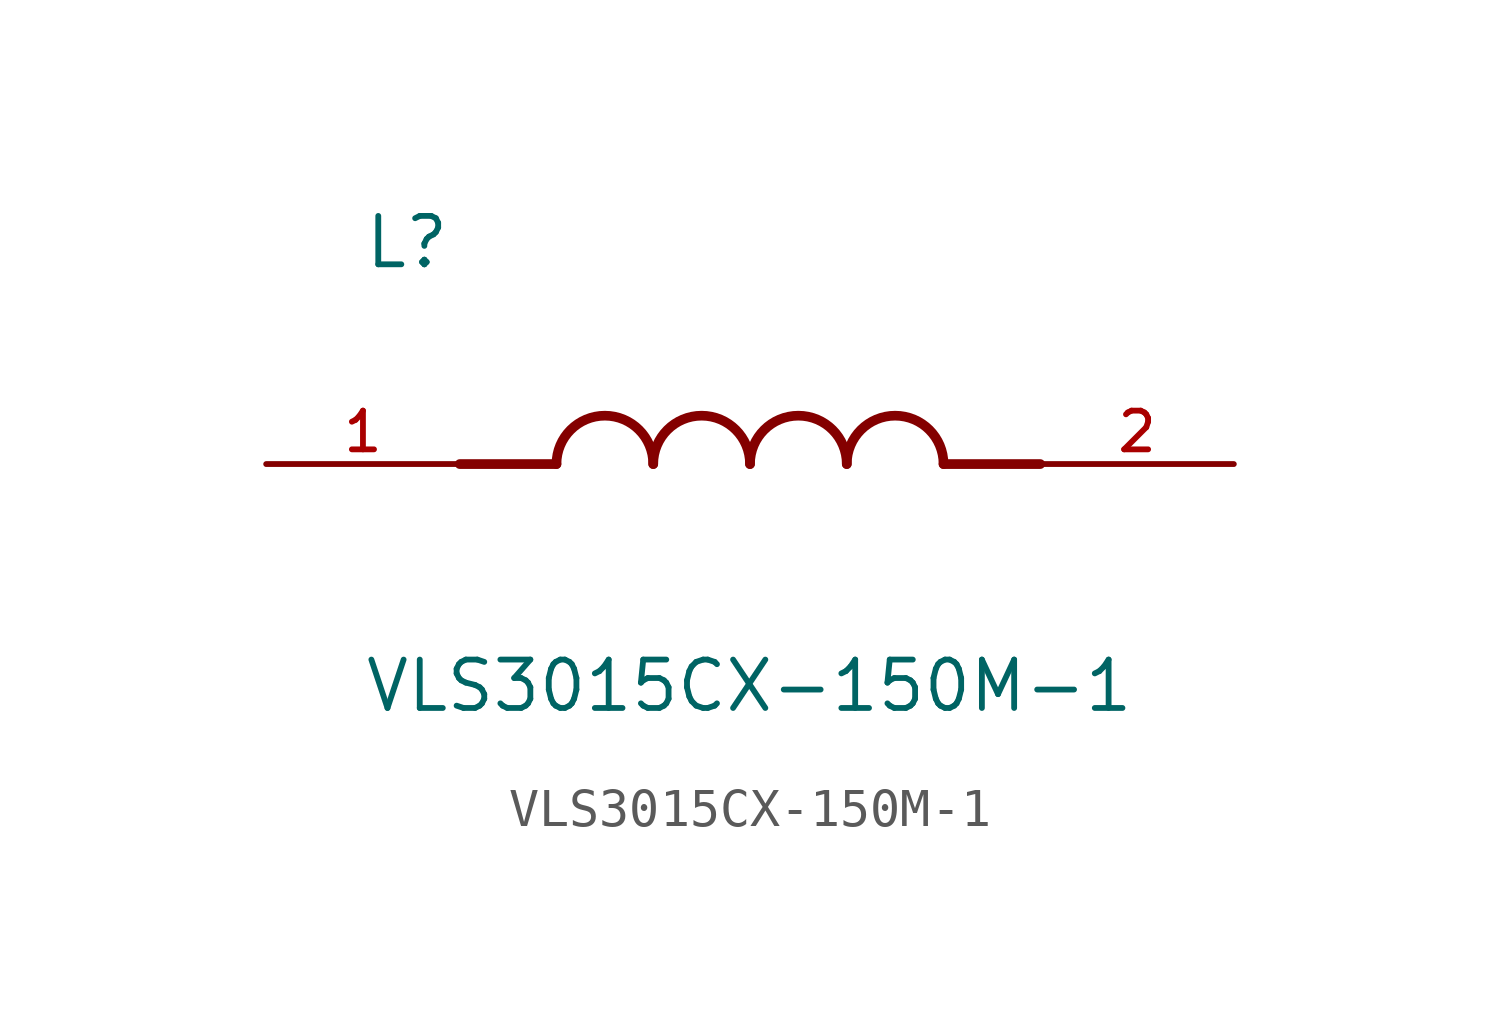
<source format=kicad_sym>
(kicad_symbol_lib
  (version 20211014)
  (generator kicad_symbol_editor)
  (symbol "VLS3015CX-150M-1"
    (pin_names
      (offset 1.016))
    (property "Reference" "L"
      (at -10.16 5.08 0)
      (effects (font (size 1.27 1.27)) (justify bottom left)))
    (property "Value" "VLS3015CX-150M-1"
      (at -10.16 -5.08 0)
      (effects (font (size 1.27 1.27)) (justify top left)))
    (symbol "VLS3015CX-150M-1_0_0"
      (polyline (pts (xy -5.08 0.0) (xy -7.62 0.0)) (stroke (width 0.254)))
      (polyline (pts (xy 5.08 0.0) (xy 7.62 0.0)) (stroke (width 0.254)))
      (arc (start -2.54 0.0) (mid -3.81 1.27) (end -5.08 0.0) (stroke (width 0.254) (type default) (color 0 0 0 0)) (fill (type none)))
      (arc (start 0.0 0.0) (mid -1.27 1.27) (end -2.54 0.0) (stroke (width 0.254) (type default) (color 0 0 0 0)) (fill (type none)))
      (arc (start 2.54 0.0) (mid 1.27 1.27) (end 0.0 0.0) (stroke (width 0.254) (type default) (color 0 0 0 0)) (fill (type none)))
      (arc (start 5.08 0.0) (mid 3.81 1.27) (end 2.54 0.0) (stroke (width 0.254) (type default) (color 0 0 0 0)) (fill (type none)))
      (pin passive line (at -12.7 0.0 0) (length 5.08) (name "~" (effects (font (size 1.016 1.016)))) (number "1" (effects (font (size 1.016 1.016)))))
      (pin passive line (at 12.7 0.0 180.0) (length 5.08) (name "~" (effects (font (size 1.016 1.016)))) (number "2" (effects (font (size 1.016 1.016))))))))
</source>
